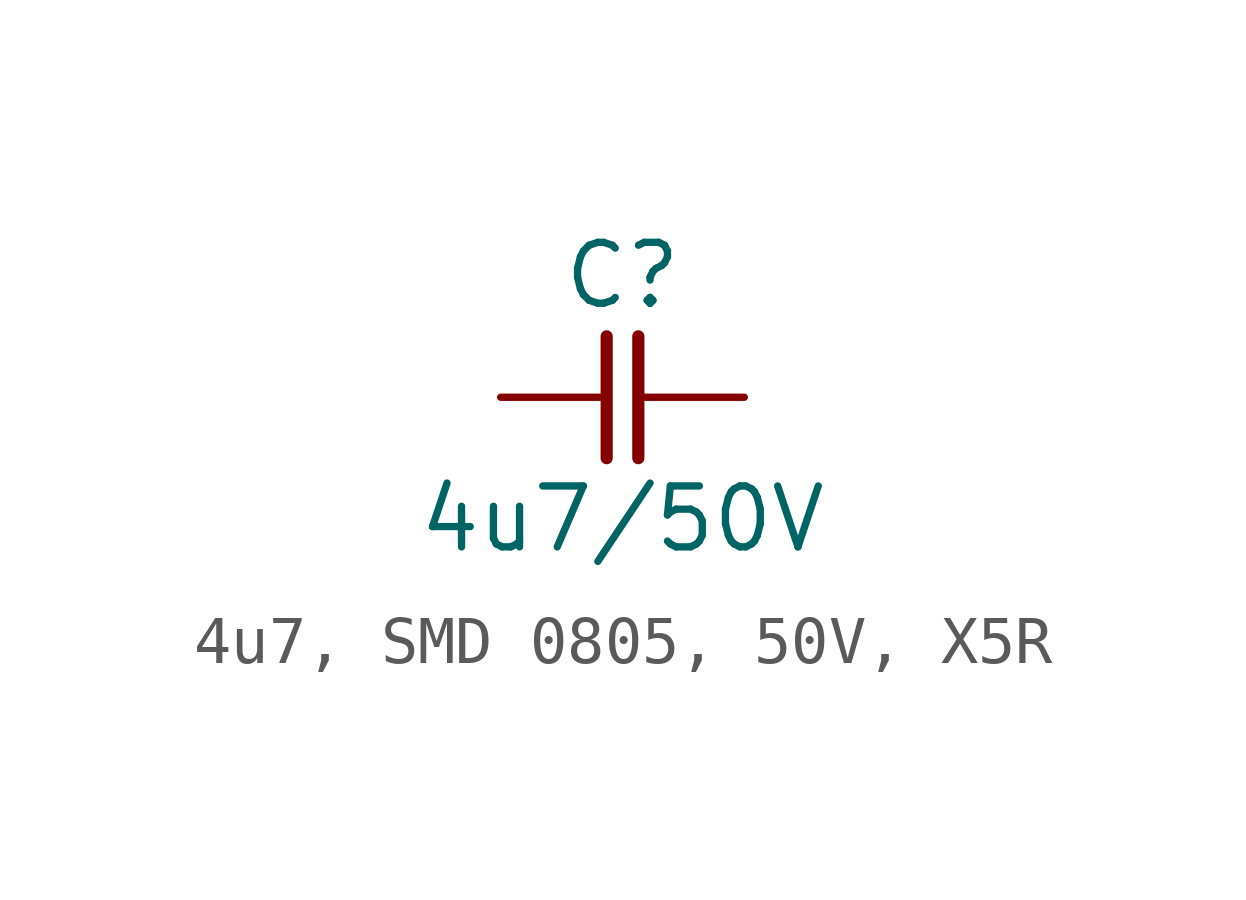
<source format=kicad_sym>
(kicad_symbol_lib
  (version 20220914)
  (generator kicad_symbol_editor)
  (symbol "4u7, SMD 0805, 50V, X5R"
    (pin_numbers hide)
    (pin_names
      (offset 0) hide)
    (property "Reference" "C"
      (at 0 2.54 0)
      (effects (font (size 1.27 1.27))))
    (property "Value" "4u7/50V"
      (at 0 -2.54 0)
      (effects (font (size 1.27 1.27))))
    (symbol "4u7, SMD 0805, 50V, X5R_0_1"
      (polyline (pts (xy -0.33 1.27) (xy -0.33 -1.27)) (stroke (width 0.254) (type default)) (fill (type none)))
      (polyline (pts (xy 0.33 1.27) (xy 0.33 -1.27)) (stroke (width 0.254) (type default)) (fill (type none))))
    (symbol "4u7, SMD 0805, 50V, X5R_1_1"
      (pin passive line (at -2.54 0 0) (length 2.21) (name "1" (effects (font (size 1.27 1.27)))) (number "1" (effects (font (size 1.27 1.27)))))
      (pin passive line (at 2.54 0 180) (length 2.21) (name "2" (effects (font (size 1.27 1.27)))) (number "2" (effects (font (size 1.27 1.27))))))))
</source>
